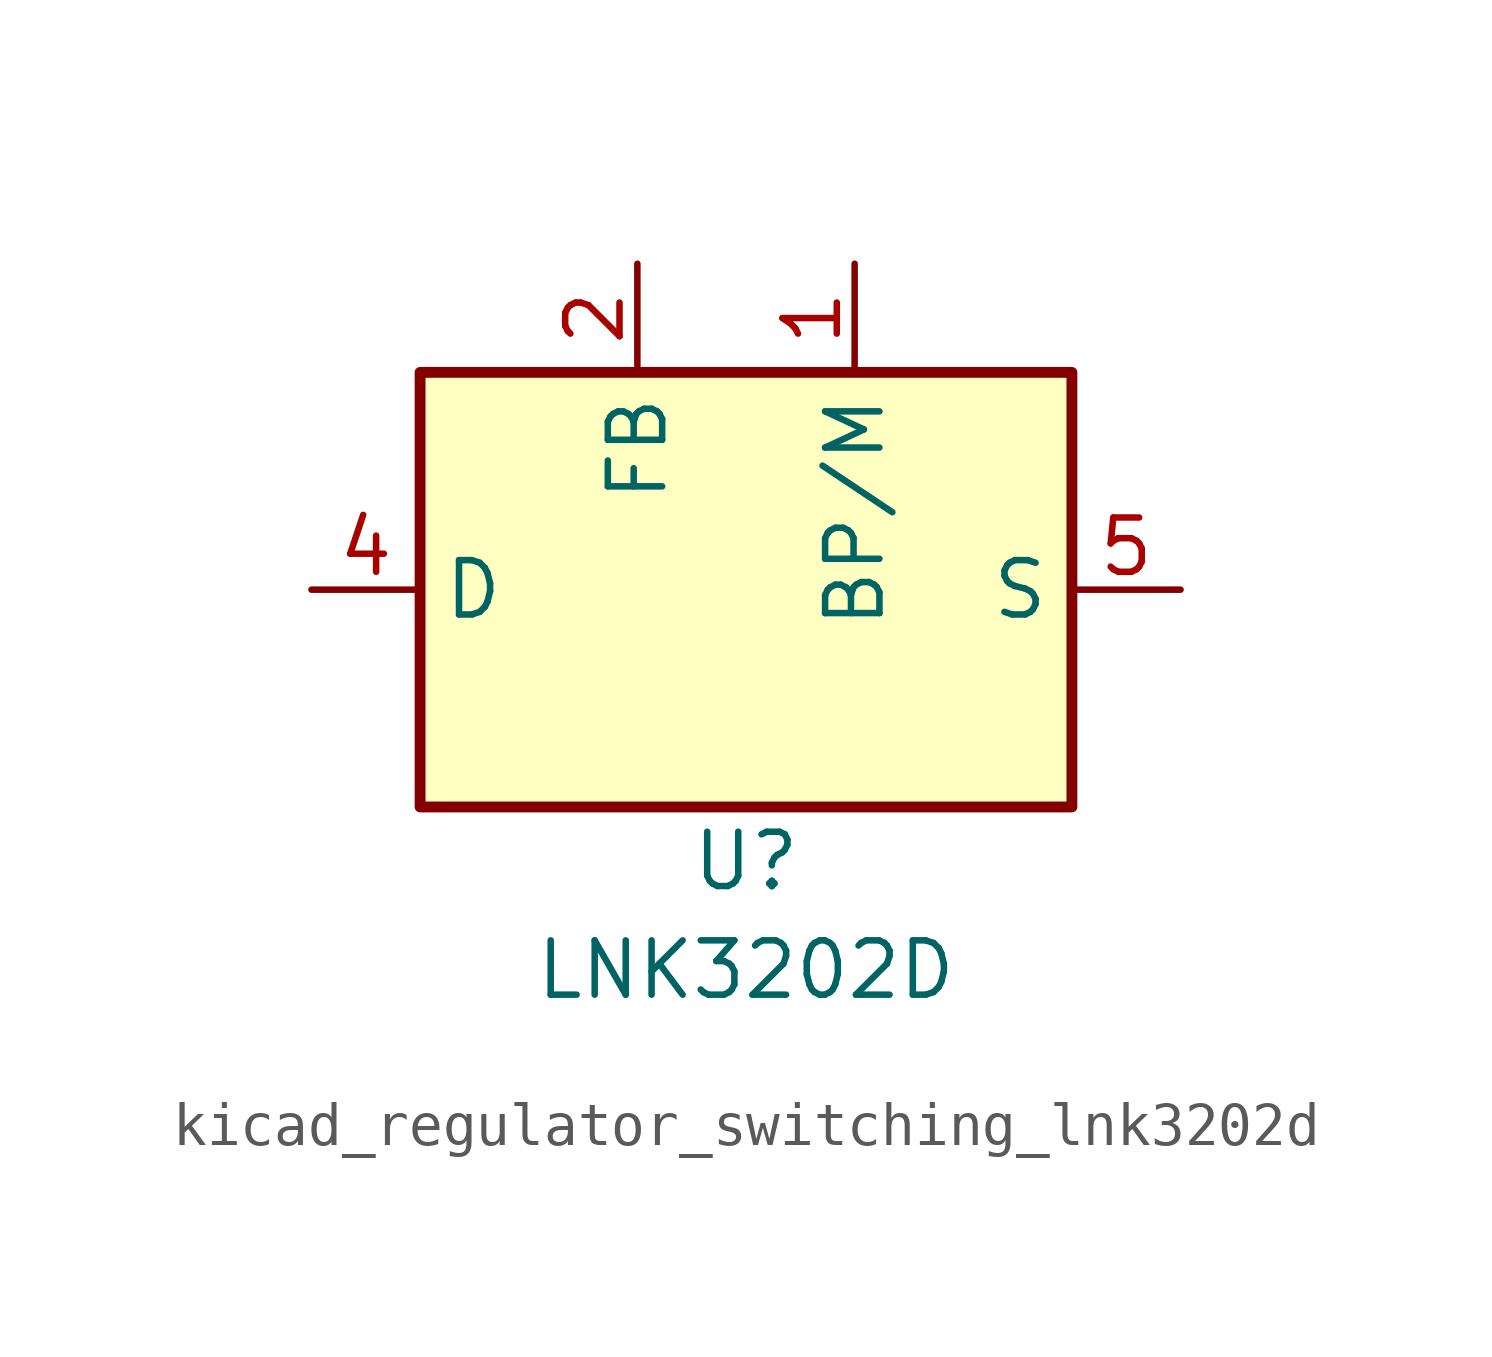
<source format=kicad_sym>
(kicad_symbol_lib
  (version 20220914)
  (generator kicad_symbol_editor)
  (symbol "kicad_regulator_switching_lnk3202d"
    (property "Reference" "U"
      (at 0 -6.35 0)
      (effects (font (size 1.27 1.27))))
    (property "Value" "LNK3202D"
      (at 0 -8.89 0)
      (effects (font (size 1.27 1.27))))
    (symbol "kicad_regulator_switching_lnk3202d_0_1"
      (rectangle (start -7.62 5.08) (end 7.62 -5.08) (stroke (width 0.254) (type default)) (fill (type background))))
    (symbol "kicad_regulator_switching_lnk3202d_1_1"
      (pin input line (at 2.54 7.62 270) (length 2.54) (name "BP/M" (effects (font (size 1.27 1.27)))) (number "1" (effects (font (size 1.27 1.27)))))
      (pin input line (at -2.54 7.62 270) (length 2.54) (name "FB" (effects (font (size 1.27 1.27)))) (number "2" (effects (font (size 1.27 1.27)))))
      (pin open_collector line (at -10.16 0 0) (length 2.54) (name "D" (effects (font (size 1.27 1.27)))) (number "4" (effects (font (size 1.27 1.27)))))
      (pin power_in line (at 10.16 0 180) (length 2.54) (name "S" (effects (font (size 1.27 1.27)))) (number "5" (effects (font (size 1.27 1.27)))))
      (pin passive line (at 10.16 0 180) (length 2.54) hide (name "S" (effects (font (size 1.27 1.27)))) (number "6" (effects (font (size 1.27 1.27)))))
      (pin passive line (at 10.16 0 180) (length 2.54) hide (name "S" (effects (font (size 1.27 1.27)))) (number "7" (effects (font (size 1.27 1.27)))))
      (pin passive line (at 10.16 0 180) (length 2.54) hide (name "S" (effects (font (size 1.27 1.27)))) (number "8" (effects (font (size 1.27 1.27))))))))
</source>
